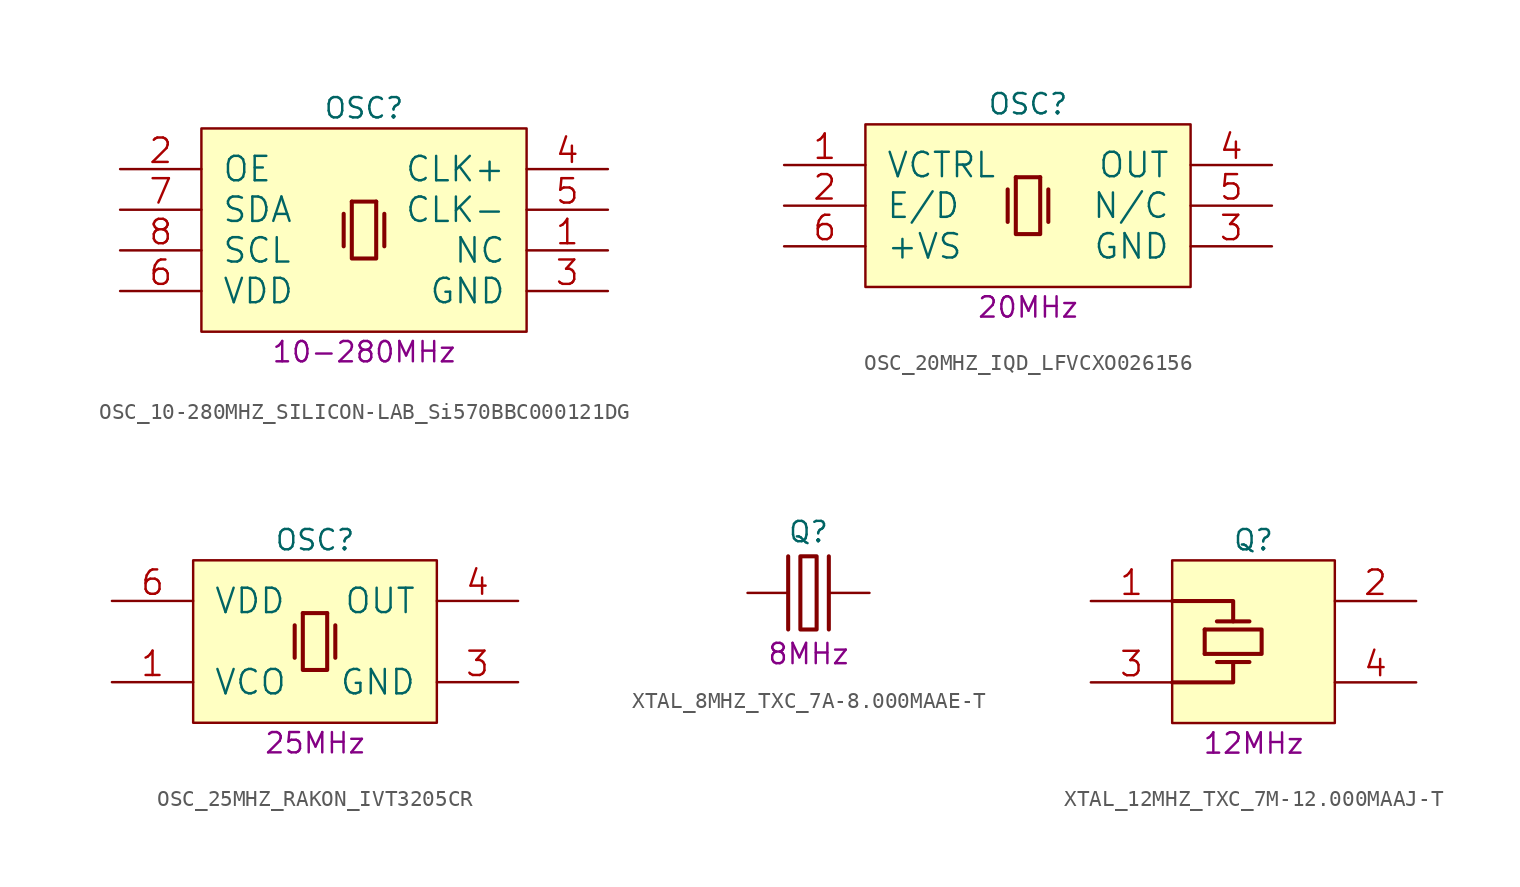
<source format=kicad_sym>
(kicad_symbol_lib
  (version 20211014)
  (generator kicad_symbol_editor)
  (symbol "OSC_10-280MHZ_SILICON-LAB_Si570BBC000121DG"
    (pin_names
      (offset 1.27))
    (property "Reference" "OSC"
      (at 10.16 1.27 0)
      (effects (font (size 1.27 1.27))))
    (property "Val" "10-280MHz"
      (at 10.16 -13.97 0)
      (effects (font (size 1.27 1.27))))
    (property "ki_locked" ""
      (at 0 0 0)
      (effects (font (size 1.27 1.27))))
    (symbol "OSC_10-280MHZ_SILICON-LAB_Si570BBC000121DG_0_1"
      (rectangle (start 0 -12.7) (end 20.32 0) (stroke (width 0) (type default) (color 0 0 0 0)) (fill (type background)))
      (polyline (pts (xy 8.89 -5.334) (xy 8.89 -7.366)) (stroke (width 0.254) (type default) (color 0 0 0 0)) (fill (type none)))
      (polyline (pts (xy 9.398 -4.572) (xy 10.922 -4.572)) (stroke (width 0.254) (type default) (color 0 0 0 0)) (fill (type none)))
      (polyline (pts (xy 11.43 -5.334) (xy 11.43 -7.366)) (stroke (width 0.254) (type default) (color 0 0 0 0)) (fill (type none)))
      (polyline (pts (xy 10.922 -4.572) (xy 10.922 -8.128) (xy 9.398 -8.128) (xy 9.398 -4.572)) (stroke (width 0.254) (type default) (color 0 0 0 0)) (fill (type none)))
      (pin passive line (at 25.4 -7.62 180) (length 5.08) (name "NC" (effects (font (size 1.524 1.524)))) (number "1" (effects (font (size 1.524 1.524)))))
      (pin input line (at -5.08 -2.54 0) (length 5.08) (name "OE" (effects (font (size 1.524 1.524)))) (number "2" (effects (font (size 1.524 1.524)))))
      (pin power_in line (at 25.4 -10.16 180) (length 5.08) (name "GND" (effects (font (size 1.524 1.524)))) (number "3" (effects (font (size 1.524 1.524)))))
      (pin output line (at 25.4 -2.54 180) (length 5.08) (name "CLK+" (effects (font (size 1.524 1.524)))) (number "4" (effects (font (size 1.524 1.524)))))
      (pin output line (at 25.4 -5.08 180) (length 5.08) (name "CLK-" (effects (font (size 1.524 1.524)))) (number "5" (effects (font (size 1.524 1.524)))))
      (pin power_in line (at -5.08 -10.16 0) (length 5.08) (name "VDD" (effects (font (size 1.524 1.524)))) (number "6" (effects (font (size 1.524 1.524)))))
      (pin bidirectional line (at -5.08 -5.08 0) (length 5.08) (name "SDA" (effects (font (size 1.524 1.524)))) (number "7" (effects (font (size 1.524 1.524)))))
      (pin input line (at -5.08 -7.62 0) (length 5.08) (name "SCL" (effects (font (size 1.524 1.524)))) (number "8" (effects (font (size 1.524 1.524)))))))
  (symbol "OSC_20MHZ_IQD_LFVCXO026156"
    (pin_names
      (offset 1.27))
    (property "Reference" "OSC"
      (at 10.16 1.27 0)
      (effects (font (size 1.27 1.27))))
    (property "Val" "20MHz"
      (at 10.16 -11.43 0)
      (effects (font (size 1.27 1.27))))
    (property "ki_locked" ""
      (at 0 0 0)
      (effects (font (size 1.27 1.27))))
    (symbol "OSC_20MHZ_IQD_LFVCXO026156_0_1"
      (rectangle (start 0 -10.16) (end 20.32 0) (stroke (width 0) (type default) (color 0 0 0 0)) (fill (type background)))
      (polyline (pts (xy 8.89 -4.064) (xy 8.89 -6.096)) (stroke (width 0.254) (type default) (color 0 0 0 0)) (fill (type none)))
      (polyline (pts (xy 9.398 -3.302) (xy 10.922 -3.302)) (stroke (width 0.254) (type default) (color 0 0 0 0)) (fill (type none)))
      (polyline (pts (xy 11.43 -4.064) (xy 11.43 -6.096)) (stroke (width 0.254) (type default) (color 0 0 0 0)) (fill (type none)))
      (polyline (pts (xy 10.922 -3.302) (xy 10.922 -6.858) (xy 9.398 -6.858) (xy 9.398 -3.302)) (stroke (width 0.254) (type default) (color 0 0 0 0)) (fill (type none)))
      (pin input line (at -5.08 -2.54 0) (length 5.08) (name "VCTRL" (effects (font (size 1.524 1.524)))) (number "1" (effects (font (size 1.524 1.524)))))
      (pin input line (at -5.08 -5.08 0) (length 5.08) (name "E/D" (effects (font (size 1.524 1.524)))) (number "2" (effects (font (size 1.524 1.524)))))
      (pin power_in line (at 25.4 -7.62 180) (length 5.08) (name "GND" (effects (font (size 1.524 1.524)))) (number "3" (effects (font (size 1.524 1.524)))))
      (pin output line (at 25.4 -2.54 180) (length 5.08) (name "OUT" (effects (font (size 1.524 1.524)))) (number "4" (effects (font (size 1.524 1.524)))))
      (pin passive line (at 25.4 -5.08 180) (length 5.08) (name "N/C" (effects (font (size 1.524 1.524)))) (number "5" (effects (font (size 1.524 1.524)))))
      (pin power_in line (at -5.08 -7.62 0) (length 5.08) (name "+VS" (effects (font (size 1.524 1.524)))) (number "6" (effects (font (size 1.524 1.524)))))))
  (symbol "OSC_25MHZ_RAKON_IVT3205CR"
    (pin_names
      (offset 1.27))
    (property "Reference" "OSC"
      (at 7.62 1.27 0)
      (effects (font (size 1.27 1.27))))
    (property "Val" "25MHz"
      (at 7.62 -11.43 0)
      (effects (font (size 1.27 1.27))))
    (property "ki_locked" ""
      (at 0 0 0)
      (effects (font (size 1.27 1.27))))
    (symbol "OSC_25MHZ_RAKON_IVT3205CR_0_1"
      (rectangle (start 0 -10.16) (end 15.24 0) (stroke (width 0) (type default) (color 0 0 0 0)) (fill (type background)))
      (polyline (pts (xy 6.35 -4.064) (xy 6.35 -6.096)) (stroke (width 0.254) (type default) (color 0 0 0 0)) (fill (type none)))
      (polyline (pts (xy 6.858 -3.302) (xy 8.382 -3.302)) (stroke (width 0.254) (type default) (color 0 0 0 0)) (fill (type none)))
      (polyline (pts (xy 8.89 -4.064) (xy 8.89 -6.096)) (stroke (width 0.254) (type default) (color 0 0 0 0)) (fill (type none)))
      (polyline (pts (xy 8.382 -3.302) (xy 8.382 -6.858) (xy 6.858 -6.858) (xy 6.858 -3.302)) (stroke (width 0.254) (type default) (color 0 0 0 0)) (fill (type none)))
      (pin input line (at -5.08 -7.62 0) (length 5.08) (name "VCO" (effects (font (size 1.524 1.524)))) (number "1" (effects (font (size 1.524 1.524)))))
      (pin power_in line (at 20.32 -7.62 180) (length 5.08) (name "GND" (effects (font (size 1.524 1.524)))) (number "3" (effects (font (size 1.524 1.524)))))
      (pin output line (at 20.32 -2.54 180) (length 5.08) (name "OUT" (effects (font (size 1.524 1.524)))) (number "4" (effects (font (size 1.524 1.524)))))
      (pin power_in line (at -5.08 -2.54 0) (length 5.08) (name "VDD" (effects (font (size 1.524 1.524)))) (number "6" (effects (font (size 1.524 1.524)))))))
  (symbol "XTAL_8MHZ_TXC_7A-8.000MAAE-T"
    (pin_names
      (offset 1.27))
    (property "Reference" "Q"
      (at 3.81 3.81 0)
      (effects (font (size 1.27 1.27))))
    (property "Val" "8MHz"
      (at 3.81 -3.81 0)
      (effects (font (size 1.27 1.27))))
    (property "ki_locked" ""
      (at 0 0 0)
      (effects (font (size 1.27 1.27))))
    (symbol "XTAL_8MHZ_TXC_7A-8.000MAAE-T_0_1"
      (polyline (pts (xy 2.54 2.286) (xy 2.54 -2.286)) (stroke (width 0.254) (type default) (color 0 0 0 0)) (fill (type none)))
      (polyline (pts (xy 5.08 2.286) (xy 5.08 -2.286)) (stroke (width 0.254) (type default) (color 0 0 0 0)) (fill (type none)))
      (polyline (pts (xy 4.318 -2.286) (xy 3.302 -2.286) (xy 3.302 2.286) (xy 4.318 2.286) (xy 4.318 -2.286)) (stroke (width 0.254) (type default) (color 0 0 0 0)) (fill (type none)))
      (pin passive line (at 0 0 0) (length 2.54) (name "OSC1" (effects (font (size 0 0)))) (number "1" (effects (font (size 0 0)))))
      (pin passive line (at 7.62 0 180) (length 2.54) (name "OSC2" (effects (font (size 0 0)))) (number "2" (effects (font (size 0 0)))))))
  (symbol "XTAL_12MHZ_TXC_7M-12.000MAAJ-T"
    (pin_names
      (offset 1.27))
    (property "Reference" "Q"
      (at 5.08 1.27 0)
      (effects (font (size 1.27 1.27))))
    (property "Val" "12MHz"
      (at 5.08 -11.43 0)
      (effects (font (size 1.27 1.27))))
    (property "ki_locked" ""
      (at 0 0 0)
      (effects (font (size 1.27 1.27))))
    (symbol "XTAL_12MHZ_TXC_7M-12.000MAAJ-T_0_1"
      (rectangle (start 0 -10.16) (end 10.16 0) (stroke (width 0) (type default) (color 0 0 0 0)) (fill (type background)))
      (polyline (pts (xy 2.032 -5.842) (xy 2.032 -4.318)) (stroke (width 0.254) (type default) (color 0 0 0 0)) (fill (type none)))
      (polyline (pts (xy 2.794 -6.35) (xy 4.826 -6.35)) (stroke (width 0.254) (type default) (color 0 0 0 0)) (fill (type none)))
      (polyline (pts (xy 2.794 -3.81) (xy 4.826 -3.81)) (stroke (width 0.254) (type default) (color 0 0 0 0)) (fill (type none)))
      (polyline (pts (xy 0 -2.54) (xy 3.81 -2.54) (xy 3.81 -3.81)) (stroke (width 0.254) (type default) (color 0 0 0 0)) (fill (type none)))
      (polyline (pts (xy 3.81 -6.35) (xy 3.81 -7.62) (xy 0 -7.62)) (stroke (width 0.254) (type default) (color 0 0 0 0)) (fill (type none)))
      (polyline (pts (xy 2.032 -4.318) (xy 5.588 -4.318) (xy 5.588 -5.842) (xy 2.032 -5.842)) (stroke (width 0.254) (type default) (color 0 0 0 0)) (fill (type none)))
      (text "GND" (at 7.62 -5.08 900) (effects (font (size 1.27 1.27)) hide))
      (pin passive line (at -5.08 -2.54 0) (length 5.08) (name "X" (effects (font (size 0 0)))) (number "1" (effects (font (size 1.524 1.524)))))
      (pin power_in line (at 15.24 -2.54 180) (length 5.08) (name "GND" (effects (font (size 0 0)))) (number "2" (effects (font (size 1.524 1.524)))))
      (pin passive line (at -5.08 -7.62 0) (length 5.08) (name "X" (effects (font (size 0 0)))) (number "3" (effects (font (size 1.524 1.524)))))
      (pin power_in line (at 15.24 -7.62 180) (length 5.08) (name "GND" (effects (font (size 0 0)))) (number "4" (effects (font (size 1.524 1.524))))))))
</source>
